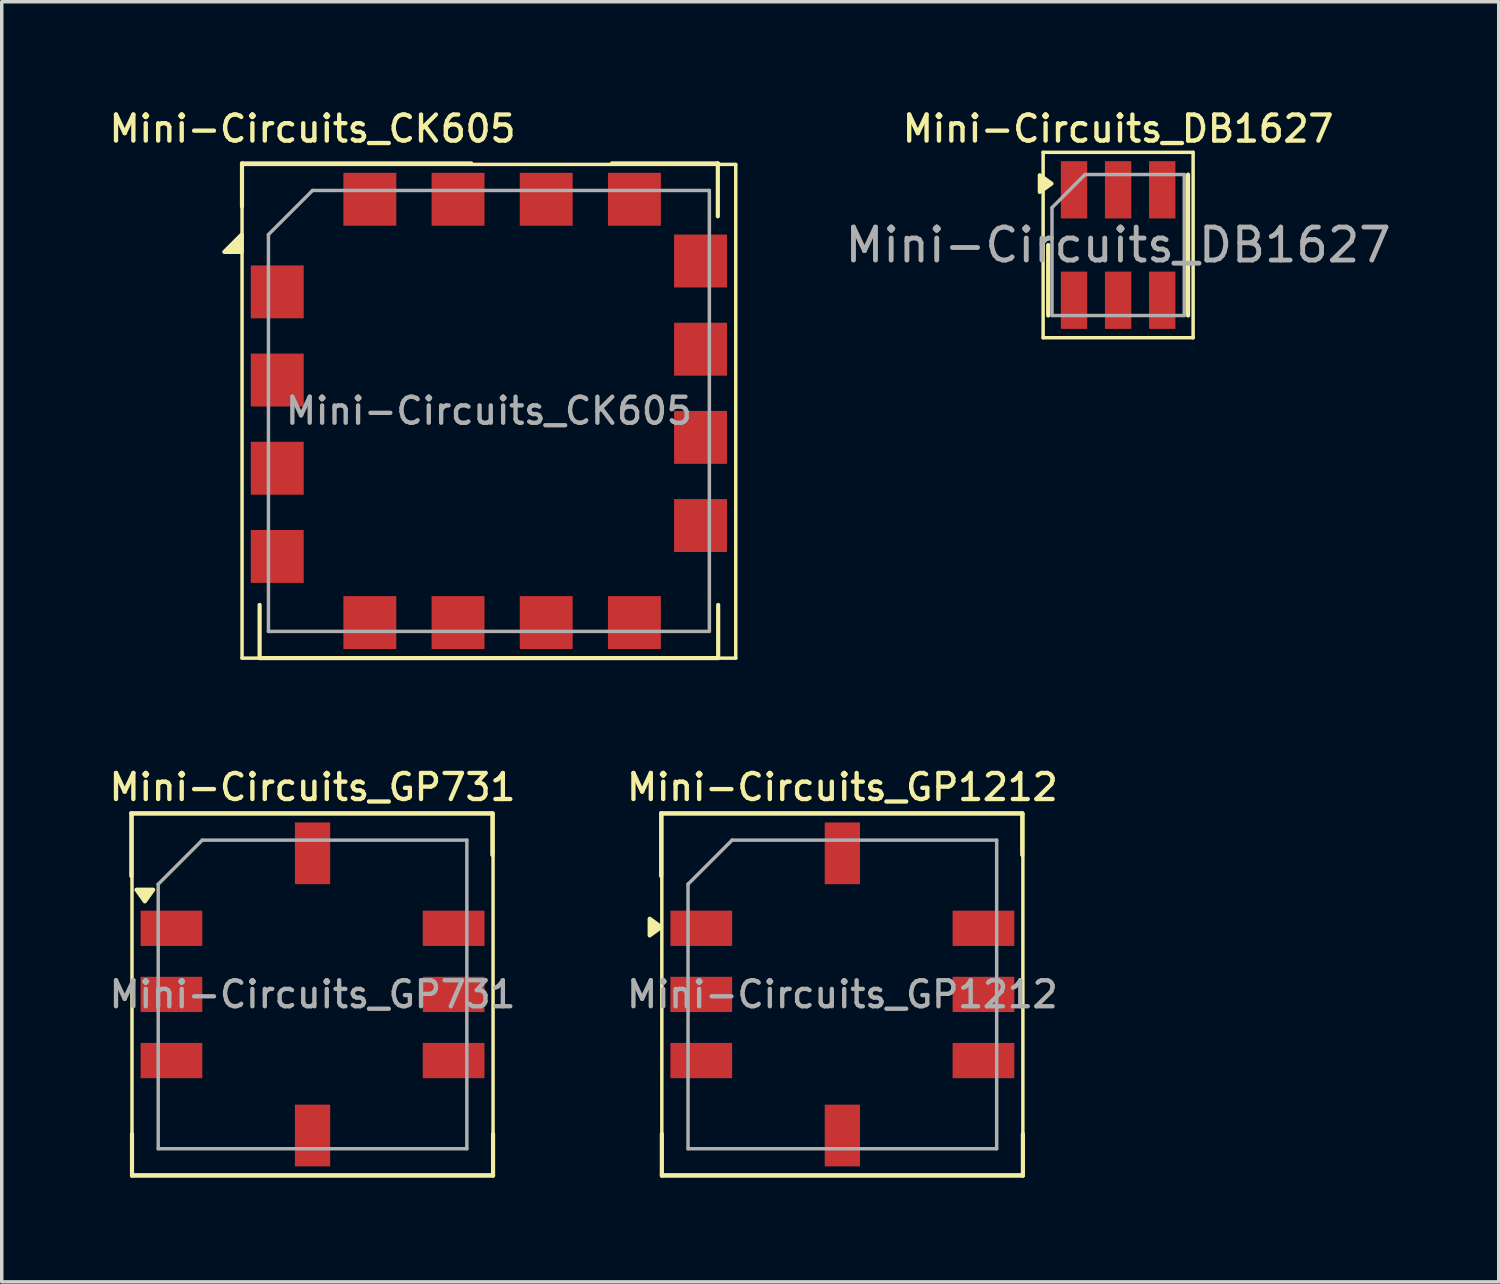
<source format=kicad_pcb>
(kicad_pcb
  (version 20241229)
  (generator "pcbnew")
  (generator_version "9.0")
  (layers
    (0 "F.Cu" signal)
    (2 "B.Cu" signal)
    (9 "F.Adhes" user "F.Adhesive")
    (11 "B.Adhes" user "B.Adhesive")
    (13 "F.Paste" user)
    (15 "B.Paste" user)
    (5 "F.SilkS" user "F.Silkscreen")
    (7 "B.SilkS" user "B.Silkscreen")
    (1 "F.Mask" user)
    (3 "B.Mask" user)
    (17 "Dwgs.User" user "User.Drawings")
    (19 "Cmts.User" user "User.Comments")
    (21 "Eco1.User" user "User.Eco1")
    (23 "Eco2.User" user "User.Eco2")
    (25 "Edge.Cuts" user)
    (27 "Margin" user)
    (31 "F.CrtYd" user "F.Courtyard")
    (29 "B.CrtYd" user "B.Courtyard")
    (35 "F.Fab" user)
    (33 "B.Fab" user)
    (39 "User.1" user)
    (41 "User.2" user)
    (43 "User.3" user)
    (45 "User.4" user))
  (footprint "Mini-Circuits_GP1212"
    (layer "F.Cu")
    (at 21.213 25.593)
    (property "Reference" "Mini-Circuits_GP1212" (at 0 -5.969 0) (layer "F.SilkS") (effects (font (size 0.75 0.75) (thickness 0.125))))
    (attr smd)
    (fp_line (start -5.22 -5.22) (end -5.22 -3.41) (stroke (width 0.12) (type solid)) (layer "F.SilkS"))
    (fp_line (start -5.22 -5.22) (end 5.18 -5.22) (stroke (width 0.12) (type solid)) (layer "F.SilkS"))
    (fp_line (start -5.2 -5.2) (end -5.2 5.2) (stroke (width 0.1) (type solid)) (layer "F.SilkS"))
    (fp_line (start -5.2 -5.2) (end 5.2 -5.2) (stroke (width 0.1) (type solid)) (layer "F.SilkS"))
    (fp_line (start -5.2 4.02) (end -5.2 5.22) (stroke (width 0.12) (type solid)) (layer "F.SilkS"))
    (fp_line (start 5.18 -4.02) (end 5.18 -5.22) (stroke (width 0.12) (type solid)) (layer "F.SilkS"))
    (fp_line (start 5.2 5.2) (end -5.2 5.2) (stroke (width 0.1) (type solid)) (layer "F.SilkS"))
    (fp_line (start 5.2 5.2) (end 5.2 -5.2) (stroke (width 0.1) (type solid)) (layer "F.SilkS"))
    (fp_line (start 5.2 5.22) (end -5.2 5.22) (stroke (width 0.12) (type solid)) (layer "F.SilkS"))
    (fp_line (start 5.2 5.22) (end 5.2 4.02) (stroke (width 0.12) (type solid)) (layer "F.SilkS"))
    (fp_poly (pts (xy -5.22 -1.94) (xy -5.55 -1.7) (xy -5.55 -2.18) (xy -5.22 -1.94)) (stroke (width 0.12) (type solid)) (fill yes) (layer "F.SilkS"))
    (fp_line (start -4.445 -3.175) (end -3.175 -4.445) (stroke (width 0.1) (type solid)) (layer "F.Fab"))
    (fp_line (start -4.445 4.445) (end -4.445 -3.175) (stroke (width 0.1) (type solid)) (layer "F.Fab"))
    (fp_line (start -3.175 -4.445) (end 4.445 -4.445) (stroke (width 0.1) (type solid)) (layer "F.Fab"))
    (fp_line (start 4.445 -4.445) (end 4.445 4.445) (stroke (width 0.1) (type solid)) (layer "F.Fab"))
    (fp_line (start 4.445 4.445) (end -4.445 4.445) (stroke (width 0.1) (type solid)) (layer "F.Fab"))
    (fp_text user "${REFERENCE}" (at 0 0 0) (layer "F.Fab") (effects (font (size 0.75 0.75) (thickness 0.125))))
    (pad "1" smd rect (at -4.064 -1.905 180) (size 1.778 1.016) (layers "F.Cu" "F.Mask" "F.Paste"))
    (pad "2" smd rect (at -4.064 0 180) (size 1.778 1.016) (layers "F.Cu" "F.Mask" "F.Paste"))
    (pad "3" smd rect (at -4.064 1.905 180) (size 1.778 1.016) (layers "F.Cu" "F.Mask" "F.Paste"))
    (pad "4" smd rect (at 0 4.064 270) (size 1.778 1.016) (layers "F.Cu" "F.Mask" "F.Paste"))
    (pad "5" smd rect (at 4.064 1.905) (size 1.778 1.016) (layers "F.Cu" "F.Mask" "F.Paste"))
    (pad "6" smd rect (at 4.064 0) (size 1.778 1.016) (layers "F.Cu" "F.Mask" "F.Paste"))
    (pad "7" smd rect (at 4.064 -1.905) (size 1.778 1.016) (layers "F.Cu" "F.Mask" "F.Paste"))
    (pad "8" smd rect (at 0 -4.064 270) (size 1.778 1.016) (layers "F.Cu" "F.Mask" "F.Paste")))
  (footprint "Mini-Circuits_GP731"
    (layer "F.Cu")
    (at 5.952 25.593)
    (property "Reference" "Mini-Circuits_GP731" (at 0 -5.969 0) (layer "F.SilkS") (effects (font (size 0.75 0.75) (thickness 0.125))))
    (attr smd)
    (fp_line (start -5.22 -5.22) (end -5.22 -3.41) (stroke (width 0.12) (type solid)) (layer "F.SilkS"))
    (fp_line (start -5.22 -5.22) (end 5.18 -5.22) (stroke (width 0.12) (type solid)) (layer "F.SilkS"))
    (fp_line (start -5.2 -5.2) (end -5.2 5.2) (stroke (width 0.1) (type solid)) (layer "F.SilkS"))
    (fp_line (start -5.2 -5.2) (end 5.2 -5.2) (stroke (width 0.1) (type solid)) (layer "F.SilkS"))
    (fp_line (start -5.2 4.02) (end -5.2 5.22) (stroke (width 0.12) (type solid)) (layer "F.SilkS"))
    (fp_line (start 5.18 -4.02) (end 5.18 -5.22) (stroke (width 0.12) (type solid)) (layer "F.SilkS"))
    (fp_line (start 5.2 5.2) (end -5.2 5.2) (stroke (width 0.1) (type solid)) (layer "F.SilkS"))
    (fp_line (start 5.2 5.2) (end 5.2 -5.2) (stroke (width 0.1) (type solid)) (layer "F.SilkS"))
    (fp_line (start 5.2 5.22) (end -5.2 5.22) (stroke (width 0.12) (type solid)) (layer "F.SilkS"))
    (fp_line (start 5.2 5.22) (end 5.2 4.02) (stroke (width 0.12) (type solid)) (layer "F.SilkS"))
    (fp_poly (pts (xy -4.83 -2.68) (xy -5.07 -3.016) (xy -4.59 -3.016) (xy -4.83 -2.68)) (stroke (width 0.12) (type solid)) (fill yes) (layer "F.SilkS"))
    (fp_line (start -4.445 -3.175) (end -3.175 -4.445) (stroke (width 0.1) (type solid)) (layer "F.Fab"))
    (fp_line (start -4.445 4.445) (end -4.445 -3.175) (stroke (width 0.1) (type solid)) (layer "F.Fab"))
    (fp_line (start -3.175 -4.445) (end 4.445 -4.445) (stroke (width 0.1) (type solid)) (layer "F.Fab"))
    (fp_line (start 4.445 -4.445) (end 4.445 4.445) (stroke (width 0.1) (type solid)) (layer "F.Fab"))
    (fp_line (start 4.445 4.445) (end -4.445 4.445) (stroke (width 0.1) (type solid)) (layer "F.Fab"))
    (fp_text user "${REFERENCE}" (at 0 0 0) (layer "F.Fab") (effects (font (size 0.75 0.75) (thickness 0.125))))
    (pad "1" smd rect (at -4.064 -1.905 180) (size 1.778 1.016) (layers "F.Cu" "F.Mask" "F.Paste"))
    (pad "2" smd rect (at -4.064 0 180) (size 1.778 1.016) (layers "F.Cu" "F.Mask" "F.Paste"))
    (pad "3" smd rect (at -4.064 1.905 180) (size 1.778 1.016) (layers "F.Cu" "F.Mask" "F.Paste"))
    (pad "4" smd rect (at 0 4.064 270) (size 1.778 1.016) (layers "F.Cu" "F.Mask" "F.Paste"))
    (pad "5" smd rect (at 4.064 1.905) (size 1.778 1.016) (layers "F.Cu" "F.Mask" "F.Paste"))
    (pad "6" smd rect (at 4.064 0) (size 1.778 1.016) (layers "F.Cu" "F.Mask" "F.Paste"))
    (pad "7" smd rect (at 4.064 -1.905) (size 1.778 1.016) (layers "F.Cu" "F.Mask" "F.Paste"))
    (pad "8" smd rect (at 0 -4.064 270) (size 1.778 1.016) (layers "F.Cu" "F.Mask" "F.Paste")))
  (footprint "Mini-Circuits_DB1627"
    (layer "F.Cu")
    (at 29.156 4.008)
    (property "Reference" "Mini-Circuits_DB1627" (at 0 -3.35 0) (layer "F.SilkS") (effects (font (size 0.75 0.75) (thickness 0.125))))
    (attr smd)
    (fp_line (start -2.16 -2.67) (end -2.16 2.67) (stroke (width 0.1) (type solid)) (layer "F.SilkS"))
    (fp_line (start -2.16 2.67) (end 2.16 2.67) (stroke (width 0.1) (type solid)) (layer "F.SilkS"))
    (fp_line (start -2.015 0) (end -2.015 2.03) (stroke (width 0.12) (type solid)) (layer "F.SilkS"))
    (fp_line (start 2.015 -2.03) (end 2.015 2.03) (stroke (width 0.12) (type solid)) (layer "F.SilkS"))
    (fp_line (start 2.16 -2.67) (end -2.16 -2.67) (stroke (width 0.1) (type solid)) (layer "F.SilkS"))
    (fp_line (start 2.16 2.67) (end 2.16 -2.67) (stroke (width 0.1) (type solid)) (layer "F.SilkS"))
    (fp_poly (pts (xy -1.92 -1.77) (xy -2.256 -1.53) (xy -2.256 -2.01) (xy -1.92 -1.77)) (stroke (width 0.12) (type solid)) (fill yes) (layer "F.SilkS"))
    (fp_line (start -1.905 -1.077) (end -0.953 -2.03) (stroke (width 0.1) (type solid)) (layer "F.Fab"))
    (fp_line (start -1.905 2.03) (end -1.905 -1.077) (stroke (width 0.1) (type solid)) (layer "F.Fab"))
    (fp_line (start -0.953 -2.03) (end 1.905 -2.03) (stroke (width 0.1) (type solid)) (layer "F.Fab"))
    (fp_line (start 1.905 -2.03) (end 1.905 2.03) (stroke (width 0.1) (type solid)) (layer "F.Fab"))
    (fp_line (start 1.905 2.03) (end -1.905 2.03) (stroke (width 0.1) (type solid)) (layer "F.Fab"))
    (fp_text user "${REFERENCE}" (at 0 0 0) (layer "F.Fab") (effects (font (size 0.95 0.95) (thickness 0.14))))
    (pad "1" smd rect (at -1.27 -1.59) (size 0.76 1.65) (layers "F.Cu" "F.Mask" "F.Paste"))
    (pad "2" smd rect (at 0 -1.59) (size 0.76 1.65) (layers "F.Cu" "F.Mask" "F.Paste"))
    (pad "3" smd rect (at 1.27 -1.59) (size 0.76 1.65) (layers "F.Cu" "F.Mask" "F.Paste"))
    (pad "4" smd rect (at 1.27 1.59) (size 0.76 1.65) (layers "F.Cu" "F.Mask" "F.Paste"))
    (pad "5" smd rect (at 0 1.59) (size 0.76 1.65) (layers "F.Cu" "F.Mask" "F.Paste"))
    (pad "6" smd rect (at -1.27 1.59) (size 0.76 1.65) (layers "F.Cu" "F.Mask" "F.Paste")))
  (footprint "Mini-Circuits_CK605"
    (layer "F.Cu")
    (at 11.032 8.786)
    (property "Reference" "Mini-Circuits_CK605" (at -5.08 -8.128 180) (layer "F.SilkS") (effects (font (size 0.75 0.75) (thickness 0.125))))
    (attr smd)
    (fp_line (start -7.112 -7.13) (end -0.508 -7.13) (stroke (width 0.12) (type solid)) (layer "F.SilkS"))
    (fp_line (start -7.112 -5.89) (end -7.112 -7.13) (stroke (width 0.12) (type solid)) (layer "F.SilkS"))
    (fp_line (start -7.11 -7.1) (end -7.11 7.12) (stroke (width 0.1) (type solid)) (layer "F.SilkS"))
    (fp_line (start -7.11 -7.1) (end 7.11 -7.1) (stroke (width 0.1) (type solid)) (layer "F.SilkS"))
    (fp_line (start -6.604 5.588) (end -6.604 7.112) (stroke (width 0.12) (type solid)) (layer "F.SilkS"))
    (fp_line (start -6.604 7.12) (end 6.604 7.12) (stroke (width 0.12) (type solid)) (layer "F.SilkS"))
    (fp_line (start 3.546 -7.13) (end 6.594 -7.13) (stroke (width 0.12) (type solid)) (layer "F.SilkS"))
    (fp_line (start 6.594 -5.606) (end 6.594 -7.13) (stroke (width 0.12) (type solid)) (layer "F.SilkS"))
    (fp_line (start 6.604 7.112) (end 6.604 5.588) (stroke (width 0.12) (type solid)) (layer "F.SilkS"))
    (fp_line (start 7.11 7.12) (end -7.11 7.12) (stroke (width 0.1) (type solid)) (layer "F.SilkS"))
    (fp_line (start 7.11 7.12) (end 7.11 -7.1) (stroke (width 0.1) (type solid)) (layer "F.SilkS"))
    (fp_poly (pts (xy -7.12 -4.58) (xy -7.62 -4.58) (xy -7.12 -5.08) (xy -7.12 -4.58)) (stroke (width 0.12) (type solid)) (fill yes) (layer "F.SilkS"))
    (fp_line (start -6.35 -5.08) (end -6.35 6.35) (stroke (width 0.1) (type solid)) (layer "F.Fab"))
    (fp_line (start -6.35 -5.08) (end -5.08 -6.35) (stroke (width 0.1) (type solid)) (layer "F.Fab"))
    (fp_line (start -6.35 6.35) (end 6.35 6.35) (stroke (width 0.1) (type solid)) (layer "F.Fab"))
    (fp_line (start 6.35 -6.35) (end -5.08 -6.35) (stroke (width 0.1) (type solid)) (layer "F.Fab"))
    (fp_line (start 6.35 6.35) (end 6.35 -6.35) (stroke (width 0.1) (type solid)) (layer "F.Fab"))
    (fp_text user "${REFERENCE}" (at 0 0 0) (layer "F.Fab") (effects (font (size 0.75 0.75) (thickness 0.125))))
    (pad "1" smd rect (at -6.096 -3.429 270) (size 1.524 1.524) (layers "F.Cu" "F.Mask" "F.Paste"))
    (pad "2" smd rect (at -6.096 -0.889 270) (size 1.524 1.524) (layers "F.Cu" "F.Mask" "F.Paste"))
    (pad "3" smd rect (at -6.096 1.651 270) (size 1.524 1.524) (layers "F.Cu" "F.Mask" "F.Paste"))
    (pad "4" smd rect (at -6.096 4.191 270) (size 1.524 1.524) (layers "F.Cu" "F.Mask" "F.Paste"))
    (pad "5" smd rect (at -3.429 6.096 270) (size 1.524 1.524) (layers "F.Cu" "F.Mask" "F.Paste"))
    (pad "6" smd rect (at -0.889 6.096 270) (size 1.524 1.524) (layers "F.Cu" "F.Mask" "F.Paste"))
    (pad "7" smd rect (at 1.651 6.096 270) (size 1.524 1.524) (layers "F.Cu" "F.Mask" "F.Paste"))
    (pad "8" smd rect (at 4.191 6.096 270) (size 1.524 1.524) (layers "F.Cu" "F.Mask" "F.Paste"))
    (pad "9" smd rect (at 6.096 3.302 270) (size 1.524 1.524) (layers "F.Cu" "F.Mask" "F.Paste"))
    (pad "10" smd rect (at 6.096 0.762 270) (size 1.524 1.524) (layers "F.Cu" "F.Mask" "F.Paste"))
    (pad "11" smd rect (at 6.096 -1.778 270) (size 1.524 1.524) (layers "F.Cu" "F.Mask" "F.Paste"))
    (pad "12" smd rect (at 6.096 -4.318 270) (size 1.524 1.524) (layers "F.Cu" "F.Mask" "F.Paste"))
    (pad "13" smd rect (at 4.191 -6.096 270) (size 1.524 1.524) (layers "F.Cu" "F.Mask" "F.Paste"))
    (pad "14" smd rect (at 1.651 -6.096 270) (size 1.524 1.524) (layers "F.Cu" "F.Mask" "F.Paste"))
    (pad "15" smd rect (at -0.889 -6.096 270) (size 1.524 1.524) (layers "F.Cu" "F.Mask" "F.Paste"))
    (pad "16" smd rect (at -3.429 -6.096 270) (size 1.524 1.524) (layers "F.Cu" "F.Mask" "F.Paste")))
  (gr_rect
    (start -3 -3)
    (end 40.119 33.873)
    (stroke (width 0.1) (type default))
    (fill no)
    (layer "Edge.Cuts")))
</source>
